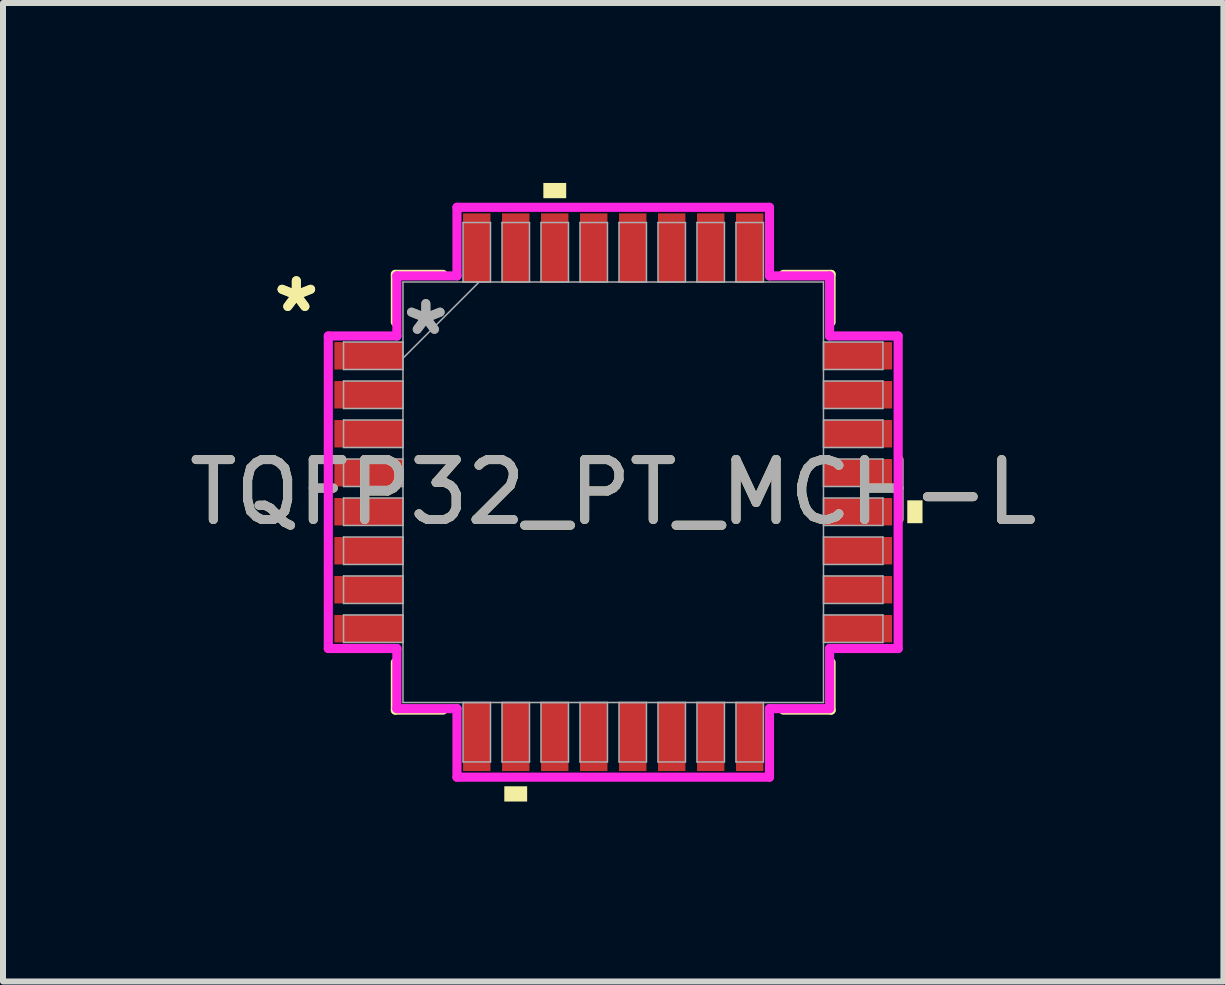
<source format=kicad_pcb>
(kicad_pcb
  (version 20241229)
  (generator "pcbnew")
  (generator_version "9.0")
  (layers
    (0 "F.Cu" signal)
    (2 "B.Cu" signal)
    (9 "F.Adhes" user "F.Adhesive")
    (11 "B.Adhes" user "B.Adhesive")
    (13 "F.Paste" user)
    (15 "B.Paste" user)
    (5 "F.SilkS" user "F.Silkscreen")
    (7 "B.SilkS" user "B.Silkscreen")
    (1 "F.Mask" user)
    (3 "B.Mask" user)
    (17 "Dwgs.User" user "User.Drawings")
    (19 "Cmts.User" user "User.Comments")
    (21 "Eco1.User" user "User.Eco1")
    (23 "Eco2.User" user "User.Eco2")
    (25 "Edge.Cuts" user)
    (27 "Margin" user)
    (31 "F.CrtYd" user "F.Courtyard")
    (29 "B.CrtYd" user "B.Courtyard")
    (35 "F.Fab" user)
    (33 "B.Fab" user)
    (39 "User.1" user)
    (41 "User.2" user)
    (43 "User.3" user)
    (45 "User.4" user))
  (footprint "TQFP32_PT_MCH-L"
    (layer "F.Cu")
    (at 7.173 5.156)
    (property "Reference" "TQFP32_PT_MCH-L" (at 0 0 0) (unlocked yes) (layer "F.SilkS") (effects (font (size 1 1) (thickness 0.15))))
    (attr smd)
    (fp_line (start -3.632 -3.632) (end -3.632 -2.836) (stroke (width 0.152) (type solid)) (layer "F.SilkS"))
    (fp_line (start -3.632 2.836) (end -3.632 3.632) (stroke (width 0.152) (type solid)) (layer "F.SilkS"))
    (fp_line (start -3.632 3.632) (end -2.836 3.632) (stroke (width 0.152) (type solid)) (layer "F.SilkS"))
    (fp_line (start -2.836 -3.632) (end -3.632 -3.632) (stroke (width 0.152) (type solid)) (layer "F.SilkS"))
    (fp_line (start 2.836 3.632) (end 3.632 3.632) (stroke (width 0.152) (type solid)) (layer "F.SilkS"))
    (fp_line (start 3.632 -3.632) (end 2.836 -3.632) (stroke (width 0.152) (type solid)) (layer "F.SilkS"))
    (fp_line (start 3.632 -2.836) (end 3.632 -3.632) (stroke (width 0.152) (type solid)) (layer "F.SilkS"))
    (fp_line (start 3.632 3.632) (end 3.632 2.836) (stroke (width 0.152) (type solid)) (layer "F.SilkS"))
    (fp_poly (pts (xy -1.816 4.902) (xy -1.816 5.156) (xy -1.435 5.156) (xy -1.435 4.902)) (stroke (width 0) (type solid)) (fill yes) (layer "F.SilkS"))
    (fp_poly (pts (xy -1.165 -4.902) (xy -1.165 -5.156) (xy -0.784 -5.156) (xy -0.784 -4.902)) (stroke (width 0) (type solid)) (fill yes) (layer "F.SilkS"))
    (fp_poly (pts (xy 5.156 0.135) (xy 5.156 0.516) (xy 4.902 0.516) (xy 4.902 0.135)) (stroke (width 0) (type solid)) (fill yes) (layer "F.SilkS"))
    (fp_line (start -4.75 -2.605) (end -3.607 -2.605) (stroke (width 0.152) (type solid)) (layer "F.CrtYd"))
    (fp_line (start -4.75 2.605) (end -4.75 -2.605) (stroke (width 0.152) (type solid)) (layer "F.CrtYd"))
    (fp_line (start -3.607 -3.607) (end -2.605 -3.607) (stroke (width 0.152) (type solid)) (layer "F.CrtYd"))
    (fp_line (start -3.607 -2.605) (end -3.607 -3.607) (stroke (width 0.152) (type solid)) (layer "F.CrtYd"))
    (fp_line (start -3.607 2.605) (end -4.75 2.605) (stroke (width 0.152) (type solid)) (layer "F.CrtYd"))
    (fp_line (start -3.607 3.607) (end -3.607 2.605) (stroke (width 0.152) (type solid)) (layer "F.CrtYd"))
    (fp_line (start -3.607 3.607) (end -2.605 3.607) (stroke (width 0.152) (type solid)) (layer "F.CrtYd"))
    (fp_line (start -2.605 -4.75) (end 2.605 -4.75) (stroke (width 0.152) (type solid)) (layer "F.CrtYd"))
    (fp_line (start -2.605 -3.607) (end -2.605 -4.75) (stroke (width 0.152) (type solid)) (layer "F.CrtYd"))
    (fp_line (start -2.605 3.607) (end -2.605 4.75) (stroke (width 0.152) (type solid)) (layer "F.CrtYd"))
    (fp_line (start -2.605 4.75) (end 2.605 4.75) (stroke (width 0.152) (type solid)) (layer "F.CrtYd"))
    (fp_line (start 2.605 -4.75) (end 2.605 -3.607) (stroke (width 0.152) (type solid)) (layer "F.CrtYd"))
    (fp_line (start 2.605 -3.607) (end 3.607 -3.607) (stroke (width 0.152) (type solid)) (layer "F.CrtYd"))
    (fp_line (start 2.605 3.607) (end 3.607 3.607) (stroke (width 0.152) (type solid)) (layer "F.CrtYd"))
    (fp_line (start 2.605 4.75) (end 2.605 3.607) (stroke (width 0.152) (type solid)) (layer "F.CrtYd"))
    (fp_line (start 3.607 -2.605) (end 3.607 -3.607) (stroke (width 0.152) (type solid)) (layer "F.CrtYd"))
    (fp_line (start 3.607 2.605) (end 4.75 2.605) (stroke (width 0.152) (type solid)) (layer "F.CrtYd"))
    (fp_line (start 3.607 3.607) (end 3.607 2.605) (stroke (width 0.152) (type solid)) (layer "F.CrtYd"))
    (fp_line (start 4.75 -2.605) (end 3.607 -2.605) (stroke (width 0.152) (type solid)) (layer "F.CrtYd"))
    (fp_line (start 4.75 2.605) (end 4.75 -2.605) (stroke (width 0.152) (type solid)) (layer "F.CrtYd"))
    (fp_line (start -4.496 -2.504) (end -4.496 -2.046) (stroke (width 0.025) (type solid)) (layer "F.Fab"))
    (fp_line (start -4.496 -2.046) (end -3.505 -2.046) (stroke (width 0.025) (type solid)) (layer "F.Fab"))
    (fp_line (start -4.496 -1.854) (end -4.496 -1.396) (stroke (width 0.025) (type solid)) (layer "F.Fab"))
    (fp_line (start -4.496 -1.396) (end -3.505 -1.396) (stroke (width 0.025) (type solid)) (layer "F.Fab"))
    (fp_line (start -4.496 -1.204) (end -4.496 -0.746) (stroke (width 0.025) (type solid)) (layer "F.Fab"))
    (fp_line (start -4.496 -0.746) (end -3.505 -0.746) (stroke (width 0.025) (type solid)) (layer "F.Fab"))
    (fp_line (start -4.496 -0.554) (end -4.496 -0.096) (stroke (width 0.025) (type solid)) (layer "F.Fab"))
    (fp_line (start -4.496 -0.096) (end -3.505 -0.096) (stroke (width 0.025) (type solid)) (layer "F.Fab"))
    (fp_line (start -4.496 0.096) (end -4.496 0.554) (stroke (width 0.025) (type solid)) (layer "F.Fab"))
    (fp_line (start -4.496 0.554) (end -3.505 0.554) (stroke (width 0.025) (type solid)) (layer "F.Fab"))
    (fp_line (start -4.496 0.746) (end -4.496 1.204) (stroke (width 0.025) (type solid)) (layer "F.Fab"))
    (fp_line (start -4.496 1.204) (end -3.505 1.204) (stroke (width 0.025) (type solid)) (layer "F.Fab"))
    (fp_line (start -4.496 1.396) (end -4.496 1.854) (stroke (width 0.025) (type solid)) (layer "F.Fab"))
    (fp_line (start -4.496 1.854) (end -3.505 1.854) (stroke (width 0.025) (type solid)) (layer "F.Fab"))
    (fp_line (start -4.496 2.046) (end -4.496 2.504) (stroke (width 0.025) (type solid)) (layer "F.Fab"))
    (fp_line (start -4.496 2.504) (end -3.505 2.504) (stroke (width 0.025) (type solid)) (layer "F.Fab"))
    (fp_line (start -3.505 -3.505) (end -3.505 3.505) (stroke (width 0.025) (type solid)) (layer "F.Fab"))
    (fp_line (start -3.505 -2.504) (end -4.496 -2.504) (stroke (width 0.025) (type solid)) (layer "F.Fab"))
    (fp_line (start -3.505 -2.235) (end -2.235 -3.505) (stroke (width 0.025) (type solid)) (layer "F.Fab"))
    (fp_line (start -3.505 -2.046) (end -3.505 -2.504) (stroke (width 0.025) (type solid)) (layer "F.Fab"))
    (fp_line (start -3.505 -1.854) (end -4.496 -1.854) (stroke (width 0.025) (type solid)) (layer "F.Fab"))
    (fp_line (start -3.505 -1.396) (end -3.505 -1.854) (stroke (width 0.025) (type solid)) (layer "F.Fab"))
    (fp_line (start -3.505 -1.204) (end -4.496 -1.204) (stroke (width 0.025) (type solid)) (layer "F.Fab"))
    (fp_line (start -3.505 -0.746) (end -3.505 -1.204) (stroke (width 0.025) (type solid)) (layer "F.Fab"))
    (fp_line (start -3.505 -0.554) (end -4.496 -0.554) (stroke (width 0.025) (type solid)) (layer "F.Fab"))
    (fp_line (start -3.505 -0.096) (end -3.505 -0.554) (stroke (width 0.025) (type solid)) (layer "F.Fab"))
    (fp_line (start -3.505 0.096) (end -4.496 0.096) (stroke (width 0.025) (type solid)) (layer "F.Fab"))
    (fp_line (start -3.505 0.554) (end -3.505 0.096) (stroke (width 0.025) (type solid)) (layer "F.Fab"))
    (fp_line (start -3.505 0.746) (end -4.496 0.746) (stroke (width 0.025) (type solid)) (layer "F.Fab"))
    (fp_line (start -3.505 1.204) (end -3.505 0.746) (stroke (width 0.025) (type solid)) (layer "F.Fab"))
    (fp_line (start -3.505 1.396) (end -4.496 1.396) (stroke (width 0.025) (type solid)) (layer "F.Fab"))
    (fp_line (start -3.505 1.854) (end -3.505 1.396) (stroke (width 0.025) (type solid)) (layer "F.Fab"))
    (fp_line (start -3.505 2.046) (end -4.496 2.046) (stroke (width 0.025) (type solid)) (layer "F.Fab"))
    (fp_line (start -3.505 2.504) (end -3.505 2.046) (stroke (width 0.025) (type solid)) (layer "F.Fab"))
    (fp_line (start -3.505 3.505) (end 3.505 3.505) (stroke (width 0.025) (type solid)) (layer "F.Fab"))
    (fp_line (start -2.504 -4.496) (end -2.504 -3.505) (stroke (width 0.025) (type solid)) (layer "F.Fab"))
    (fp_line (start -2.504 -3.505) (end -2.046 -3.505) (stroke (width 0.025) (type solid)) (layer "F.Fab"))
    (fp_line (start -2.504 3.505) (end -2.504 4.496) (stroke (width 0.025) (type solid)) (layer "F.Fab"))
    (fp_line (start -2.504 4.496) (end -2.046 4.496) (stroke (width 0.025) (type solid)) (layer "F.Fab"))
    (fp_line (start -2.046 -4.496) (end -2.504 -4.496) (stroke (width 0.025) (type solid)) (layer "F.Fab"))
    (fp_line (start -2.046 -3.505) (end -2.046 -4.496) (stroke (width 0.025) (type solid)) (layer "F.Fab"))
    (fp_line (start -2.046 3.505) (end -2.504 3.505) (stroke (width 0.025) (type solid)) (layer "F.Fab"))
    (fp_line (start -2.046 4.496) (end -2.046 3.505) (stroke (width 0.025) (type solid)) (layer "F.Fab"))
    (fp_line (start -1.854 -4.496) (end -1.854 -3.505) (stroke (width 0.025) (type solid)) (layer "F.Fab"))
    (fp_line (start -1.854 -3.505) (end -1.396 -3.505) (stroke (width 0.025) (type solid)) (layer "F.Fab"))
    (fp_line (start -1.854 3.505) (end -1.854 4.496) (stroke (width 0.025) (type solid)) (layer "F.Fab"))
    (fp_line (start -1.854 4.496) (end -1.396 4.496) (stroke (width 0.025) (type solid)) (layer "F.Fab"))
    (fp_line (start -1.396 -4.496) (end -1.854 -4.496) (stroke (width 0.025) (type solid)) (layer "F.Fab"))
    (fp_line (start -1.396 -3.505) (end -1.396 -4.496) (stroke (width 0.025) (type solid)) (layer "F.Fab"))
    (fp_line (start -1.396 3.505) (end -1.854 3.505) (stroke (width 0.025) (type solid)) (layer "F.Fab"))
    (fp_line (start -1.396 4.496) (end -1.396 3.505) (stroke (width 0.025) (type solid)) (layer "F.Fab"))
    (fp_line (start -1.204 -4.496) (end -1.204 -3.505) (stroke (width 0.025) (type solid)) (layer "F.Fab"))
    (fp_line (start -1.204 -3.505) (end -0.746 -3.505) (stroke (width 0.025) (type solid)) (layer "F.Fab"))
    (fp_line (start -1.204 3.505) (end -1.204 4.496) (stroke (width 0.025) (type solid)) (layer "F.Fab"))
    (fp_line (start -1.204 4.496) (end -0.746 4.496) (stroke (width 0.025) (type solid)) (layer "F.Fab"))
    (fp_line (start -0.746 -4.496) (end -1.204 -4.496) (stroke (width 0.025) (type solid)) (layer "F.Fab"))
    (fp_line (start -0.746 -3.505) (end -0.746 -4.496) (stroke (width 0.025) (type solid)) (layer "F.Fab"))
    (fp_line (start -0.746 3.505) (end -1.204 3.505) (stroke (width 0.025) (type solid)) (layer "F.Fab"))
    (fp_line (start -0.746 4.496) (end -0.746 3.505) (stroke (width 0.025) (type solid)) (layer "F.Fab"))
    (fp_line (start -0.554 -4.496) (end -0.554 -3.505) (stroke (width 0.025) (type solid)) (layer "F.Fab"))
    (fp_line (start -0.554 -3.505) (end -0.096 -3.505) (stroke (width 0.025) (type solid)) (layer "F.Fab"))
    (fp_line (start -0.554 3.505) (end -0.554 4.496) (stroke (width 0.025) (type solid)) (layer "F.Fab"))
    (fp_line (start -0.554 4.496) (end -0.096 4.496) (stroke (width 0.025) (type solid)) (layer "F.Fab"))
    (fp_line (start -0.096 -4.496) (end -0.554 -4.496) (stroke (width 0.025) (type solid)) (layer "F.Fab"))
    (fp_line (start -0.096 -3.505) (end -0.096 -4.496) (stroke (width 0.025) (type solid)) (layer "F.Fab"))
    (fp_line (start -0.096 3.505) (end -0.554 3.505) (stroke (width 0.025) (type solid)) (layer "F.Fab"))
    (fp_line (start -0.096 4.496) (end -0.096 3.505) (stroke (width 0.025) (type solid)) (layer "F.Fab"))
    (fp_line (start 0.096 -4.496) (end 0.096 -3.505) (stroke (width 0.025) (type solid)) (layer "F.Fab"))
    (fp_line (start 0.096 -3.505) (end 0.554 -3.505) (stroke (width 0.025) (type solid)) (layer "F.Fab"))
    (fp_line (start 0.096 3.505) (end 0.096 4.496) (stroke (width 0.025) (type solid)) (layer "F.Fab"))
    (fp_line (start 0.096 4.496) (end 0.554 4.496) (stroke (width 0.025) (type solid)) (layer "F.Fab"))
    (fp_line (start 0.554 -4.496) (end 0.096 -4.496) (stroke (width 0.025) (type solid)) (layer "F.Fab"))
    (fp_line (start 0.554 -3.505) (end 0.554 -4.496) (stroke (width 0.025) (type solid)) (layer "F.Fab"))
    (fp_line (start 0.554 3.505) (end 0.096 3.505) (stroke (width 0.025) (type solid)) (layer "F.Fab"))
    (fp_line (start 0.554 4.496) (end 0.554 3.505) (stroke (width 0.025) (type solid)) (layer "F.Fab"))
    (fp_line (start 0.746 -4.496) (end 0.746 -3.505) (stroke (width 0.025) (type solid)) (layer "F.Fab"))
    (fp_line (start 0.746 -3.505) (end 1.204 -3.505) (stroke (width 0.025) (type solid)) (layer "F.Fab"))
    (fp_line (start 0.746 3.505) (end 0.746 4.496) (stroke (width 0.025) (type solid)) (layer "F.Fab"))
    (fp_line (start 0.746 4.496) (end 1.204 4.496) (stroke (width 0.025) (type solid)) (layer "F.Fab"))
    (fp_line (start 1.204 -4.496) (end 0.746 -4.496) (stroke (width 0.025) (type solid)) (layer "F.Fab"))
    (fp_line (start 1.204 -3.505) (end 1.204 -4.496) (stroke (width 0.025) (type solid)) (layer "F.Fab"))
    (fp_line (start 1.204 3.505) (end 0.746 3.505) (stroke (width 0.025) (type solid)) (layer "F.Fab"))
    (fp_line (start 1.204 4.496) (end 1.204 3.505) (stroke (width 0.025) (type solid)) (layer "F.Fab"))
    (fp_line (start 1.396 -4.496) (end 1.396 -3.505) (stroke (width 0.025) (type solid)) (layer "F.Fab"))
    (fp_line (start 1.396 -3.505) (end 1.854 -3.505) (stroke (width 0.025) (type solid)) (layer "F.Fab"))
    (fp_line (start 1.396 3.505) (end 1.396 4.496) (stroke (width 0.025) (type solid)) (layer "F.Fab"))
    (fp_line (start 1.396 4.496) (end 1.854 4.496) (stroke (width 0.025) (type solid)) (layer "F.Fab"))
    (fp_line (start 1.854 -4.496) (end 1.396 -4.496) (stroke (width 0.025) (type solid)) (layer "F.Fab"))
    (fp_line (start 1.854 -3.505) (end 1.854 -4.496) (stroke (width 0.025) (type solid)) (layer "F.Fab"))
    (fp_line (start 1.854 3.505) (end 1.396 3.505) (stroke (width 0.025) (type solid)) (layer "F.Fab"))
    (fp_line (start 1.854 4.496) (end 1.854 3.505) (stroke (width 0.025) (type solid)) (layer "F.Fab"))
    (fp_line (start 2.046 -4.496) (end 2.046 -3.505) (stroke (width 0.025) (type solid)) (layer "F.Fab"))
    (fp_line (start 2.046 -3.505) (end 2.504 -3.505) (stroke (width 0.025) (type solid)) (layer "F.Fab"))
    (fp_line (start 2.046 3.505) (end 2.046 4.496) (stroke (width 0.025) (type solid)) (layer "F.Fab"))
    (fp_line (start 2.046 4.496) (end 2.504 4.496) (stroke (width 0.025) (type solid)) (layer "F.Fab"))
    (fp_line (start 2.504 -4.496) (end 2.046 -4.496) (stroke (width 0.025) (type solid)) (layer "F.Fab"))
    (fp_line (start 2.504 -3.505) (end 2.504 -4.496) (stroke (width 0.025) (type solid)) (layer "F.Fab"))
    (fp_line (start 2.504 3.505) (end 2.046 3.505) (stroke (width 0.025) (type solid)) (layer "F.Fab"))
    (fp_line (start 2.504 4.496) (end 2.504 3.505) (stroke (width 0.025) (type solid)) (layer "F.Fab"))
    (fp_line (start 3.505 -3.505) (end -3.505 -3.505) (stroke (width 0.025) (type solid)) (layer "F.Fab"))
    (fp_line (start 3.505 -2.504) (end 3.505 -2.046) (stroke (width 0.025) (type solid)) (layer "F.Fab"))
    (fp_line (start 3.505 -2.046) (end 4.496 -2.046) (stroke (width 0.025) (type solid)) (layer "F.Fab"))
    (fp_line (start 3.505 -1.854) (end 3.505 -1.396) (stroke (width 0.025) (type solid)) (layer "F.Fab"))
    (fp_line (start 3.505 -1.396) (end 4.496 -1.396) (stroke (width 0.025) (type solid)) (layer "F.Fab"))
    (fp_line (start 3.505 -1.204) (end 3.505 -0.746) (stroke (width 0.025) (type solid)) (layer "F.Fab"))
    (fp_line (start 3.505 -0.746) (end 4.496 -0.746) (stroke (width 0.025) (type solid)) (layer "F.Fab"))
    (fp_line (start 3.505 -0.554) (end 3.505 -0.096) (stroke (width 0.025) (type solid)) (layer "F.Fab"))
    (fp_line (start 3.505 -0.096) (end 4.496 -0.096) (stroke (width 0.025) (type solid)) (layer "F.Fab"))
    (fp_line (start 3.505 0.096) (end 3.505 0.554) (stroke (width 0.025) (type solid)) (layer "F.Fab"))
    (fp_line (start 3.505 0.554) (end 4.496 0.554) (stroke (width 0.025) (type solid)) (layer "F.Fab"))
    (fp_line (start 3.505 0.746) (end 3.505 1.204) (stroke (width 0.025) (type solid)) (layer "F.Fab"))
    (fp_line (start 3.505 1.204) (end 4.496 1.204) (stroke (width 0.025) (type solid)) (layer "F.Fab"))
    (fp_line (start 3.505 1.396) (end 3.505 1.854) (stroke (width 0.025) (type solid)) (layer "F.Fab"))
    (fp_line (start 3.505 1.854) (end 4.496 1.854) (stroke (width 0.025) (type solid)) (layer "F.Fab"))
    (fp_line (start 3.505 2.046) (end 3.505 2.504) (stroke (width 0.025) (type solid)) (layer "F.Fab"))
    (fp_line (start 3.505 2.504) (end 4.496 2.504) (stroke (width 0.025) (type solid)) (layer "F.Fab"))
    (fp_line (start 3.505 3.505) (end 3.505 -3.505) (stroke (width 0.025) (type solid)) (layer "F.Fab"))
    (fp_line (start 4.496 -2.504) (end 3.505 -2.504) (stroke (width 0.025) (type solid)) (layer "F.Fab"))
    (fp_line (start 4.496 -2.046) (end 4.496 -2.504) (stroke (width 0.025) (type solid)) (layer "F.Fab"))
    (fp_line (start 4.496 -1.854) (end 3.505 -1.854) (stroke (width 0.025) (type solid)) (layer "F.Fab"))
    (fp_line (start 4.496 -1.396) (end 4.496 -1.854) (stroke (width 0.025) (type solid)) (layer "F.Fab"))
    (fp_line (start 4.496 -1.204) (end 3.505 -1.204) (stroke (width 0.025) (type solid)) (layer "F.Fab"))
    (fp_line (start 4.496 -0.746) (end 4.496 -1.204) (stroke (width 0.025) (type solid)) (layer "F.Fab"))
    (fp_line (start 4.496 -0.554) (end 3.505 -0.554) (stroke (width 0.025) (type solid)) (layer "F.Fab"))
    (fp_line (start 4.496 -0.096) (end 4.496 -0.554) (stroke (width 0.025) (type solid)) (layer "F.Fab"))
    (fp_line (start 4.496 0.096) (end 3.505 0.096) (stroke (width 0.025) (type solid)) (layer "F.Fab"))
    (fp_line (start 4.496 0.554) (end 4.496 0.096) (stroke (width 0.025) (type solid)) (layer "F.Fab"))
    (fp_line (start 4.496 0.746) (end 3.505 0.746) (stroke (width 0.025) (type solid)) (layer "F.Fab"))
    (fp_line (start 4.496 1.204) (end 4.496 0.746) (stroke (width 0.025) (type solid)) (layer "F.Fab"))
    (fp_line (start 4.496 1.396) (end 3.505 1.396) (stroke (width 0.025) (type solid)) (layer "F.Fab"))
    (fp_line (start 4.496 1.854) (end 4.496 1.396) (stroke (width 0.025) (type solid)) (layer "F.Fab"))
    (fp_line (start 4.496 2.046) (end 3.505 2.046) (stroke (width 0.025) (type solid)) (layer "F.Fab"))
    (fp_line (start 4.496 2.504) (end 4.496 2.046) (stroke (width 0.025) (type solid)) (layer "F.Fab"))
    (fp_text user "*" (at -5.283 -2.981 0) (layer "F.SilkS") (effects (font (size 1 1) (thickness 0.15))))
    (fp_text user "*" (at -5.283 -2.981 0) (unlocked yes) (layer "F.SilkS") (effects (font (size 1 1) (thickness 0.15))))
    (fp_text user "${REFERENCE}" (at 0 0 0) (unlocked yes) (layer "F.Fab") (effects (font (size 1 1) (thickness 0.15))))
    (fp_text user "*" (at -3.124 -2.6 0) (layer "F.Fab") (effects (font (size 1 1) (thickness 0.15))))
    (fp_text user "*" (at -3.124 -2.6 0) (unlocked yes) (layer "F.Fab") (effects (font (size 1 1) (thickness 0.15))))
    (pad "1" smd rect (at -4.077 -2.275 90) (size 0.457 1.143) (layers "F.Cu" "F.Mask" "F.Paste"))
    (pad "2" smd rect (at -4.077 -1.625 90) (size 0.457 1.143) (layers "F.Cu" "F.Mask" "F.Paste"))
    (pad "3" smd rect (at -4.077 -0.975 90) (size 0.457 1.143) (layers "F.Cu" "F.Mask" "F.Paste"))
    (pad "4" smd rect (at -4.077 -0.325 90) (size 0.457 1.143) (layers "F.Cu" "F.Mask" "F.Paste"))
    (pad "5" smd rect (at -4.077 0.325 90) (size 0.457 1.143) (layers "F.Cu" "F.Mask" "F.Paste"))
    (pad "6" smd rect (at -4.077 0.975 90) (size 0.457 1.143) (layers "F.Cu" "F.Mask" "F.Paste"))
    (pad "7" smd rect (at -4.077 1.625 90) (size 0.457 1.143) (layers "F.Cu" "F.Mask" "F.Paste"))
    (pad "8" smd rect (at -4.077 2.275 90) (size 0.457 1.143) (layers "F.Cu" "F.Mask" "F.Paste"))
    (pad "9" smd rect (at -2.275 4.077) (size 0.457 1.143) (layers "F.Cu" "F.Mask" "F.Paste"))
    (pad "10" smd rect (at -1.625 4.077) (size 0.457 1.143) (layers "F.Cu" "F.Mask" "F.Paste"))
    (pad "11" smd rect (at -0.975 4.077) (size 0.457 1.143) (layers "F.Cu" "F.Mask" "F.Paste"))
    (pad "12" smd rect (at -0.325 4.077) (size 0.457 1.143) (layers "F.Cu" "F.Mask" "F.Paste"))
    (pad "13" smd rect (at 0.325 4.077) (size 0.457 1.143) (layers "F.Cu" "F.Mask" "F.Paste"))
    (pad "14" smd rect (at 0.975 4.077) (size 0.457 1.143) (layers "F.Cu" "F.Mask" "F.Paste"))
    (pad "15" smd rect (at 1.625 4.077) (size 0.457 1.143) (layers "F.Cu" "F.Mask" "F.Paste"))
    (pad "16" smd rect (at 2.275 4.077) (size 0.457 1.143) (layers "F.Cu" "F.Mask" "F.Paste"))
    (pad "17" smd rect (at 4.077 2.275 90) (size 0.457 1.143) (layers "F.Cu" "F.Mask" "F.Paste"))
    (pad "18" smd rect (at 4.077 1.625 90) (size 0.457 1.143) (layers "F.Cu" "F.Mask" "F.Paste"))
    (pad "19" smd rect (at 4.077 0.975 90) (size 0.457 1.143) (layers "F.Cu" "F.Mask" "F.Paste"))
    (pad "20" smd rect (at 4.077 0.325 90) (size 0.457 1.143) (layers "F.Cu" "F.Mask" "F.Paste"))
    (pad "21" smd rect (at 4.077 -0.325 90) (size 0.457 1.143) (layers "F.Cu" "F.Mask" "F.Paste"))
    (pad "22" smd rect (at 4.077 -0.975 90) (size 0.457 1.143) (layers "F.Cu" "F.Mask" "F.Paste"))
    (pad "23" smd rect (at 4.077 -1.625 90) (size 0.457 1.143) (layers "F.Cu" "F.Mask" "F.Paste"))
    (pad "24" smd rect (at 4.077 -2.275 90) (size 0.457 1.143) (layers "F.Cu" "F.Mask" "F.Paste"))
    (pad "25" smd rect (at 2.275 -4.077) (size 0.457 1.143) (layers "F.Cu" "F.Mask" "F.Paste"))
    (pad "26" smd rect (at 1.625 -4.077) (size 0.457 1.143) (layers "F.Cu" "F.Mask" "F.Paste"))
    (pad "27" smd rect (at 0.975 -4.077) (size 0.457 1.143) (layers "F.Cu" "F.Mask" "F.Paste"))
    (pad "28" smd rect (at 0.325 -4.077) (size 0.457 1.143) (layers "F.Cu" "F.Mask" "F.Paste"))
    (pad "29" smd rect (at -0.325 -4.077) (size 0.457 1.143) (layers "F.Cu" "F.Mask" "F.Paste"))
    (pad "30" smd rect (at -0.975 -4.077) (size 0.457 1.143) (layers "F.Cu" "F.Mask" "F.Paste"))
    (pad "31" smd rect (at -1.625 -4.077) (size 0.457 1.143) (layers "F.Cu" "F.Mask" "F.Paste"))
    (pad "32" smd rect (at -2.275 -4.077) (size 0.457 1.143) (layers "F.Cu" "F.Mask" "F.Paste")))
  (gr_rect
    (start -3 -3)
    (end 17.345 13.312)
    (stroke (width 0.1) (type default))
    (fill no)
    (layer "Edge.Cuts")))
</source>
